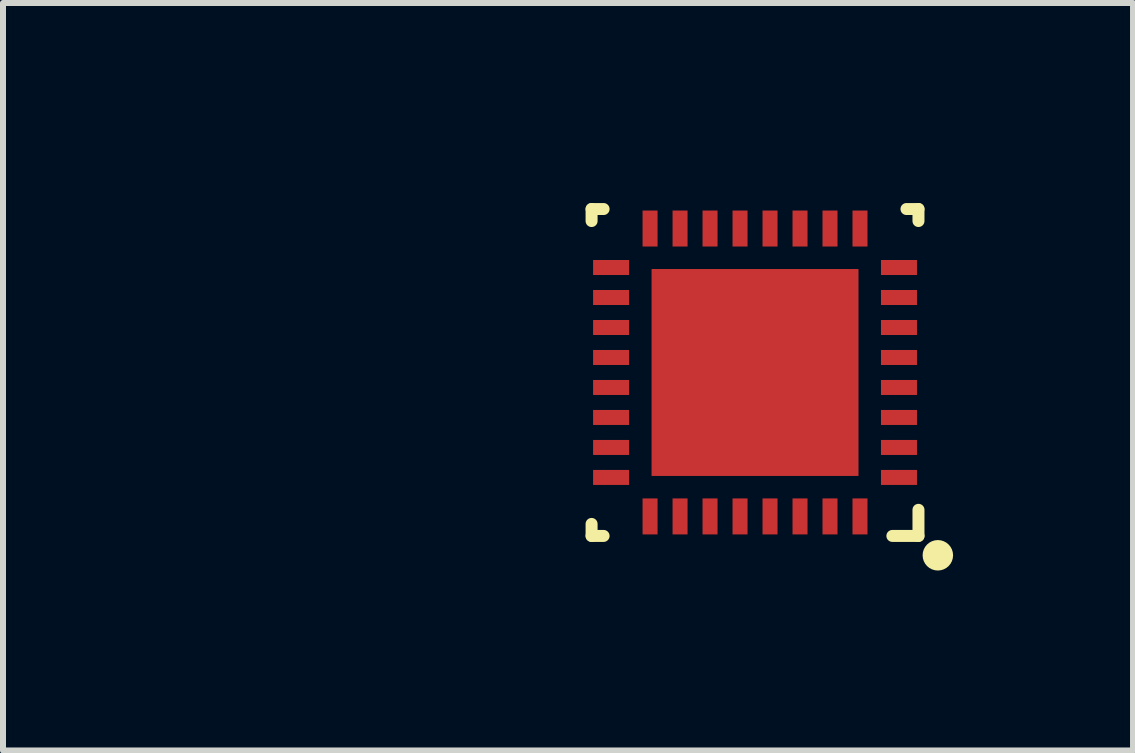
<source format=kicad_pcb>
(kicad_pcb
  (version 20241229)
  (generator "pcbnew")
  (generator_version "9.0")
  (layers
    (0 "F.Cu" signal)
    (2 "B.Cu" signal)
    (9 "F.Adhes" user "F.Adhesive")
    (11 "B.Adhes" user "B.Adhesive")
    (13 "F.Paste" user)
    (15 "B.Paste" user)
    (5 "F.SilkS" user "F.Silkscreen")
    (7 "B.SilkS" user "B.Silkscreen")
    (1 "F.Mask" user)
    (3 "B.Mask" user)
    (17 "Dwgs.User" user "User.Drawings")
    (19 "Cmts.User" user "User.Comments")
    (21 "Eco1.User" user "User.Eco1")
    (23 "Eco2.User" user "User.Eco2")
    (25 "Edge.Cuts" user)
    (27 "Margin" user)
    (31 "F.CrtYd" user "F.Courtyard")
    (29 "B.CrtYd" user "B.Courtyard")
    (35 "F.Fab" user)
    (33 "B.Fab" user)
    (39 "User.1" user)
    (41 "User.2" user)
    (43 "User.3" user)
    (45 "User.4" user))
  (footprint "QFN32_5X5MM_TPS65219"
    (layer "F.Cu")
    (at 9.538 3.16)
    (property "Reference" "QFN32_5X5MM_TPS65219" (at -0.396 -0.206 0) (unlocked yes) (layer "Eco1.User") (effects (font (size 0.33 0.33) (thickness 0.02)) (justify left bottom mirror)))
    (fp_line (start -2.725 -2.525) (end -2.725 -2.725) (stroke (width 0.2) (type solid)) (layer "F.SilkS"))
    (fp_line (start -2.725 2.725) (end -2.725 2.525) (stroke (width 0.2) (type solid)) (layer "F.SilkS"))
    (fp_line (start -2.525 -2.725) (end -2.725 -2.725) (stroke (width 0.2) (type solid)) (layer "F.SilkS"))
    (fp_line (start -2.525 2.725) (end -2.725 2.725) (stroke (width 0.2) (type solid)) (layer "F.SilkS"))
    (fp_line (start 2.725 -2.725) (end 2.525 -2.725) (stroke (width 0.2) (type solid)) (layer "F.SilkS"))
    (fp_line (start 2.725 -2.525) (end 2.725 -2.725) (stroke (width 0.2) (type solid)) (layer "F.SilkS"))
    (fp_line (start 2.725 2.725) (end 2.29 2.725) (stroke (width 0.2) (type solid)) (layer "F.SilkS"))
    (fp_line (start 2.725 2.725) (end 2.725 2.29) (stroke (width 0.2) (type solid)) (layer "F.SilkS"))
    (fp_circle (center 3.048 3.048) (end 3.048 3.175) (stroke (width 0.254) (type solid)) (fill no) (layer "F.SilkS"))
    (fp_poly (pts (xy -1.59 -0.152) (xy -1.59 -1.538) (xy -1.589 -1.548) (xy -1.586 -1.558) (xy -1.581 -1.567) (xy -1.575 -1.575) (xy -1.567 -1.581) (xy -1.558 -1.586) (xy -1.548 -1.589) (xy -1.538 -1.59) (xy -0.152 -1.59) (xy -0.142 -1.589) (xy -0.132 -1.586) (xy -0.123 -1.581) (xy -0.115 -1.575) (xy -0.109 -1.567) (xy -0.104 -1.558) (xy -0.101 -1.548) (xy -0.1 -1.538) (xy -0.1 -0.152) (xy -0.101 -0.142) (xy -0.104 -0.132) (xy -0.109 -0.123) (xy -0.115 -0.115) (xy -0.123 -0.109) (xy -0.132 -0.104) (xy -0.142 -0.101) (xy -0.152 -0.1) (xy -1.538 -0.1) (xy -1.548 -0.101) (xy -1.558 -0.104) (xy -1.567 -0.109) (xy -1.575 -0.115) (xy -1.581 -0.123) (xy -1.586 -0.132) (xy -1.589 -0.142)) (stroke (width 0.1) (type dash)) (fill no) (layer "F.Paste"))
    (fp_poly (pts (xy -1.59 1.538) (xy -1.59 0.152) (xy -1.589 0.142) (xy -1.586 0.132) (xy -1.581 0.123) (xy -1.575 0.115) (xy -1.567 0.109) (xy -1.558 0.104) (xy -1.548 0.101) (xy -1.538 0.1) (xy -0.152 0.1) (xy -0.142 0.101) (xy -0.132 0.104) (xy -0.123 0.109) (xy -0.115 0.115) (xy -0.109 0.123) (xy -0.104 0.132) (xy -0.101 0.142) (xy -0.1 0.152) (xy -0.1 1.538) (xy -0.101 1.548) (xy -0.104 1.558) (xy -0.109 1.567) (xy -0.115 1.575) (xy -0.123 1.581) (xy -0.132 1.586) (xy -0.142 1.589) (xy -0.152 1.59) (xy -1.538 1.59) (xy -1.548 1.589) (xy -1.558 1.586) (xy -1.567 1.581) (xy -1.575 1.575) (xy -1.581 1.567) (xy -1.586 1.558) (xy -1.589 1.548)) (stroke (width 0.1) (type dash)) (fill no) (layer "F.Paste"))
    (fp_poly (pts (xy 1.59 -1.538) (xy 1.59 -0.152) (xy 1.589 -0.142) (xy 1.586 -0.132) (xy 1.581 -0.123) (xy 1.575 -0.115) (xy 1.567 -0.109) (xy 1.558 -0.104) (xy 1.548 -0.101) (xy 1.538 -0.1) (xy 0.152 -0.1) (xy 0.142 -0.101) (xy 0.132 -0.104) (xy 0.123 -0.109) (xy 0.115 -0.115) (xy 0.109 -0.123) (xy 0.104 -0.132) (xy 0.101 -0.142) (xy 0.1 -0.152) (xy 0.1 -1.538) (xy 0.101 -1.548) (xy 0.104 -1.558) (xy 0.109 -1.567) (xy 0.115 -1.575) (xy 0.123 -1.581) (xy 0.132 -1.586) (xy 0.142 -1.589) (xy 0.152 -1.59) (xy 1.538 -1.59) (xy 1.548 -1.589) (xy 1.558 -1.586) (xy 1.567 -1.581) (xy 1.575 -1.575) (xy 1.581 -1.567) (xy 1.586 -1.558) (xy 1.589 -1.548)) (stroke (width 0.1) (type dash)) (fill no) (layer "F.Paste"))
    (fp_poly (pts (xy 1.59 0.152) (xy 1.59 1.538) (xy 1.589 1.548) (xy 1.586 1.558) (xy 1.581 1.567) (xy 1.575 1.575) (xy 1.567 1.581) (xy 1.558 1.586) (xy 1.548 1.589) (xy 1.538 1.59) (xy 0.152 1.59) (xy 0.142 1.589) (xy 0.132 1.586) (xy 0.123 1.581) (xy 0.115 1.575) (xy 0.109 1.567) (xy 0.104 1.558) (xy 0.101 1.548) (xy 0.1 1.538) (xy 0.1 0.152) (xy 0.101 0.142) (xy 0.104 0.132) (xy 0.109 0.123) (xy 0.115 0.115) (xy 0.123 0.109) (xy 0.132 0.104) (xy 0.142 0.101) (xy 0.152 0.1) (xy 1.538 0.1) (xy 1.548 0.101) (xy 1.558 0.104) (xy 1.567 0.109) (xy 1.575 0.115) (xy 1.581 0.123) (xy 1.586 0.132) (xy 1.589 0.142)) (stroke (width 0.1) (type dash)) (fill no) (layer "F.Paste"))
    (fp_line (start -2.575 2.575) (end -2.575 -2.575) (stroke (width 0.1) (type solid)) (layer "Eco1.User"))
    (fp_line (start -2.575 2.575) (end -2.575 -2.575) (stroke (width 0.1) (type solid)) (layer "Eco1.User"))
    (fp_line (start 2.575 -2.575) (end -2.575 -2.575) (stroke (width 0.1) (type solid)) (layer "Eco1.User"))
    (fp_line (start 2.575 -2.575) (end -2.575 -2.575) (stroke (width 0.1) (type solid)) (layer "Eco1.User"))
    (fp_line (start 2.575 2.575) (end -2.575 2.575) (stroke (width 0.1) (type solid)) (layer "Eco1.User"))
    (fp_line (start 2.575 2.575) (end -2.575 2.575) (stroke (width 0.1) (type solid)) (layer "Eco1.User"))
    (fp_line (start 2.575 2.575) (end 2.575 -2.575) (stroke (width 0.1) (type solid)) (layer "Eco1.User"))
    (fp_line (start 2.575 2.575) (end 2.575 -2.575) (stroke (width 0.1) (type solid)) (layer "Eco1.User"))
    (fp_circle (center 2.159 2.159) (end 2.159 2.286) (stroke (width 0.254) (type solid)) (fill no) (layer "Eco1.User"))
    (fp_poly (pts (xy 2.54 2.54) (xy 2.54 -2.54) (xy -2.54 -2.54) (xy -2.54 2.54)) (stroke (width 0.1) (type default)) (fill no) (layer "User.8"))
    (fp_text user "7" (at 2.146 -1.328 0) (unlocked yes) (layer "Eco1.User") (effects (font (size 0.635 0.635) (thickness 0.016)) (justify left bottom mirror)))
    (fp_text user "33" (at -0.381 -0.459 0) (unlocked yes) (layer "Eco1.User") (effects (font (size 0.635 0.635) (thickness 0.016)) (justify left bottom mirror)))
    (fp_text user "1" (at 2.146 1.672 0) (unlocked yes) (layer "Eco1.User") (effects (font (size 0.635 0.635) (thickness 0.016)) (justify left bottom mirror)))
    (fp_text user "11" (at 0.242 -2.478 0) (unlocked yes) (layer "Eco1.User") (effects (font (size 0.635 0.635) (thickness 0.016)) (justify left bottom mirror)))
    (fp_text user "28" (at -0.758 2.322 0) (unlocked yes) (layer "Eco1.User") (effects (font (size 0.635 0.635) (thickness 0.016)) (justify left bottom mirror)))
    (fp_text user "6" (at 2.146 -0.828 0) (unlocked yes) (layer "Eco1.User") (effects (font (size 0.635 0.635) (thickness 0.016)) (justify left bottom mirror)))
    (fp_text user "2" (at 2.146 1.172 0) (unlocked yes) (layer "Eco1.User") (effects (font (size 0.635 0.635) (thickness 0.016)) (justify left bottom mirror)))
    (fp_text user "14" (at -1.258 -2.478 0) (unlocked yes) (layer "Eco1.User") (effects (font (size 0.635 0.635) (thickness 0.016)) (justify left bottom mirror)))
    (fp_text user "15" (at -1.758 -2.478 0) (unlocked yes) (layer "Eco1.User") (effects (font (size 0.635 0.635) (thickness 0.016)) (justify left bottom mirror)))
    (fp_text user "3" (at 2.146 0.672 0) (unlocked yes) (layer "Eco1.User") (effects (font (size 0.635 0.635) (thickness 0.016)) (justify left bottom mirror)))
    (fp_text user "8" (at 2.146 -1.828 0) (unlocked yes) (layer "Eco1.User") (effects (font (size 0.635 0.635) (thickness 0.016)) (justify left bottom mirror)))
    (fp_text user "21" (at -2.908 0.172 0) (unlocked yes) (layer "Eco1.User") (effects (font (size 0.635 0.635) (thickness 0.016)) (justify left bottom mirror)))
    (fp_text user "13" (at -0.758 -2.478 0) (unlocked yes) (layer "Eco1.User") (effects (font (size 0.635 0.635) (thickness 0.016)) (justify left bottom mirror)))
    (fp_text user "20" (at -2.908 -0.328 0) (unlocked yes) (layer "Eco1.User") (effects (font (size 0.635 0.635) (thickness 0.016)) (justify left bottom mirror)))
    (fp_text user "22" (at -2.908 0.672 0) (unlocked yes) (layer "Eco1.User") (effects (font (size 0.635 0.635) (thickness 0.016)) (justify left bottom mirror)))
    (fp_text user "31" (at 0.742 2.322 0) (unlocked yes) (layer "Eco1.User") (effects (font (size 0.635 0.635) (thickness 0.016)) (justify left bottom mirror)))
    (fp_text user "9" (at 1.496 -2.478 0) (unlocked yes) (layer "Eco1.User") (effects (font (size 0.635 0.635) (thickness 0.016)) (justify left bottom mirror)))
    (fp_text user "16" (at -2.258 -2.478 0) (unlocked yes) (layer "Eco1.User") (effects (font (size 0.635 0.635) (thickness 0.016)) (justify left bottom mirror)))
    (fp_text user "23" (at -2.908 1.172 0) (unlocked yes) (layer "Eco1.User") (effects (font (size 0.635 0.635) (thickness 0.016)) (justify left bottom mirror)))
    (fp_text user "17" (at -2.908 -1.828 0) (unlocked yes) (layer "Eco1.User") (effects (font (size 0.635 0.635) (thickness 0.016)) (justify left bottom mirror)))
    (fp_text user "27" (at -1.258 2.322 0) (unlocked yes) (layer "Eco1.User") (effects (font (size 0.635 0.635) (thickness 0.016)) (justify left bottom mirror)))
    (fp_text user "24" (at -2.908 1.672 0) (unlocked yes) (layer "Eco1.User") (effects (font (size 0.635 0.635) (thickness 0.016)) (justify left bottom mirror)))
    (fp_text user "25" (at -2.258 2.322 0) (unlocked yes) (layer "Eco1.User") (effects (font (size 0.635 0.635) (thickness 0.016)) (justify left bottom mirror)))
    (fp_text user "29" (at -0.258 2.322 0) (unlocked yes) (layer "Eco1.User") (effects (font (size 0.635 0.635) (thickness 0.016)) (justify left bottom mirror)))
    (fp_text user "32" (at 1.242 2.322 0) (unlocked yes) (layer "Eco1.User") (effects (font (size 0.635 0.635) (thickness 0.016)) (justify left bottom mirror)))
    (fp_text user "18" (at -2.908 -1.328 0) (unlocked yes) (layer "Eco1.User") (effects (font (size 0.635 0.635) (thickness 0.016)) (justify left bottom mirror)))
    (fp_text user "12" (at -0.258 -2.478 0) (unlocked yes) (layer "Eco1.User") (effects (font (size 0.635 0.635) (thickness 0.016)) (justify left bottom mirror)))
    (fp_text user "10" (at 0.742 -2.478 0) (unlocked yes) (layer "Eco1.User") (effects (font (size 0.635 0.635) (thickness 0.016)) (justify left bottom mirror)))
    (fp_text user "4" (at 2.146 0.172 0) (unlocked yes) (layer "Eco1.User") (effects (font (size 0.635 0.635) (thickness 0.016)) (justify left bottom mirror)))
    (fp_text user "5" (at 2.146 -0.328 0) (unlocked yes) (layer "Eco1.User") (effects (font (size 0.635 0.635) (thickness 0.016)) (justify left bottom mirror)))
    (fp_text user "30" (at 0.242 2.322 0) (unlocked yes) (layer "Eco1.User") (effects (font (size 0.635 0.635) (thickness 0.016)) (justify left bottom mirror)))
    (fp_text user "19" (at -2.908 -0.828 0) (unlocked yes) (layer "Eco1.User") (effects (font (size 0.635 0.635) (thickness 0.016)) (justify left bottom mirror)))
    (fp_text user "TPS6521903RHBR" (at -1.016 0.557 0) (unlocked yes) (layer "Eco1.User") (effects (font (size 0.635 0.635) (thickness 0.041)) (justify left bottom mirror)))
    (fp_text user "26" (at -1.758 2.322 0) (unlocked yes) (layer "Eco1.User") (effects (font (size 0.635 0.635) (thickness 0.016)) (justify left bottom mirror)))
    (pad "1" smd rect (at 2.4 1.75 180) (size 0.6 0.25) (layers "F.Cu" "F.Mask" "F.Paste"))
    (pad "2" smd rect (at 2.4 1.25 180) (size 0.6 0.25) (layers "F.Cu" "F.Mask" "F.Paste"))
    (pad "3" smd rect (at 2.4 0.75 180) (size 0.6 0.25) (layers "F.Cu" "F.Mask" "F.Paste"))
    (pad "4" smd rect (at 2.4 0.25 180) (size 0.6 0.25) (layers "F.Cu" "F.Mask" "F.Paste"))
    (pad "5" smd rect (at 2.4 -0.25 180) (size 0.6 0.25) (layers "F.Cu" "F.Mask" "F.Paste"))
    (pad "6" smd rect (at 2.4 -0.75 180) (size 0.6 0.25) (layers "F.Cu" "F.Mask" "F.Paste"))
    (pad "7" smd rect (at 2.4 -1.25 180) (size 0.6 0.25) (layers "F.Cu" "F.Mask" "F.Paste"))
    (pad "8" smd rect (at 2.4 -1.75 180) (size 0.6 0.25) (layers "F.Cu" "F.Mask" "F.Paste"))
    (pad "9" smd rect (at 1.75 -2.4 180) (size 0.25 0.6) (layers "F.Cu" "F.Mask" "F.Paste"))
    (pad "10" smd rect (at 1.25 -2.4 180) (size 0.25 0.6) (layers "F.Cu" "F.Mask" "F.Paste"))
    (pad "11" smd rect (at 0.75 -2.4 180) (size 0.25 0.6) (layers "F.Cu" "F.Mask" "F.Paste"))
    (pad "12" smd rect (at 0.25 -2.4 180) (size 0.25 0.6) (layers "F.Cu" "F.Mask" "F.Paste"))
    (pad "13" smd rect (at -0.25 -2.4 180) (size 0.25 0.6) (layers "F.Cu" "F.Mask" "F.Paste"))
    (pad "14" smd rect (at -0.75 -2.4 180) (size 0.25 0.6) (layers "F.Cu" "F.Mask" "F.Paste"))
    (pad "15" smd rect (at -1.25 -2.4 180) (size 0.25 0.6) (layers "F.Cu" "F.Mask" "F.Paste"))
    (pad "16" smd rect (at -1.75 -2.4 180) (size 0.25 0.6) (layers "F.Cu" "F.Mask" "F.Paste"))
    (pad "17" smd rect (at -2.4 -1.75 180) (size 0.6 0.25) (layers "F.Cu" "F.Mask" "F.Paste"))
    (pad "18" smd rect (at -2.4 -1.25 180) (size 0.6 0.25) (layers "F.Cu" "F.Mask" "F.Paste"))
    (pad "19" smd rect (at -2.4 -0.75 180) (size 0.6 0.25) (layers "F.Cu" "F.Mask" "F.Paste"))
    (pad "20" smd rect (at -2.4 -0.25 180) (size 0.6 0.25) (layers "F.Cu" "F.Mask" "F.Paste"))
    (pad "21" smd rect (at -2.4 0.25 180) (size 0.6 0.25) (layers "F.Cu" "F.Mask" "F.Paste"))
    (pad "22" smd rect (at -2.4 0.75 180) (size 0.6 0.25) (layers "F.Cu" "F.Mask" "F.Paste"))
    (pad "23" smd rect (at -2.4 1.25 180) (size 0.6 0.25) (layers "F.Cu" "F.Mask" "F.Paste"))
    (pad "24" smd rect (at -2.4 1.75 180) (size 0.6 0.25) (layers "F.Cu" "F.Mask" "F.Paste"))
    (pad "25" smd rect (at -1.75 2.4 180) (size 0.25 0.6) (layers "F.Cu" "F.Mask" "F.Paste"))
    (pad "26" smd rect (at -1.25 2.4 180) (size 0.25 0.6) (layers "F.Cu" "F.Mask" "F.Paste"))
    (pad "27" smd rect (at -0.75 2.4 180) (size 0.25 0.6) (layers "F.Cu" "F.Mask" "F.Paste"))
    (pad "28" smd rect (at -0.25 2.4 180) (size 0.25 0.6) (layers "F.Cu" "F.Mask" "F.Paste"))
    (pad "29" smd rect (at 0.25 2.4 180) (size 0.25 0.6) (layers "F.Cu" "F.Mask" "F.Paste"))
    (pad "30" smd rect (at 0.75 2.4 180) (size 0.25 0.6) (layers "F.Cu" "F.Mask" "F.Paste"))
    (pad "31" smd rect (at 1.25 2.4 180) (size 0.25 0.6) (layers "F.Cu" "F.Mask" "F.Paste"))
    (pad "32" smd rect (at 1.75 2.4 180) (size 0.25 0.6) (layers "F.Cu" "F.Mask" "F.Paste"))
    (pad "33" smd rect (at 0 0 180) (size 3.45 3.45) (layers "F.Cu" "F.Mask" "F.Paste")))
  (gr_rect
    (start -3 -3)
    (end 15.84 9.462)
    (stroke (width 0.1) (type default))
    (fill no)
    (layer "Edge.Cuts")))
</source>
